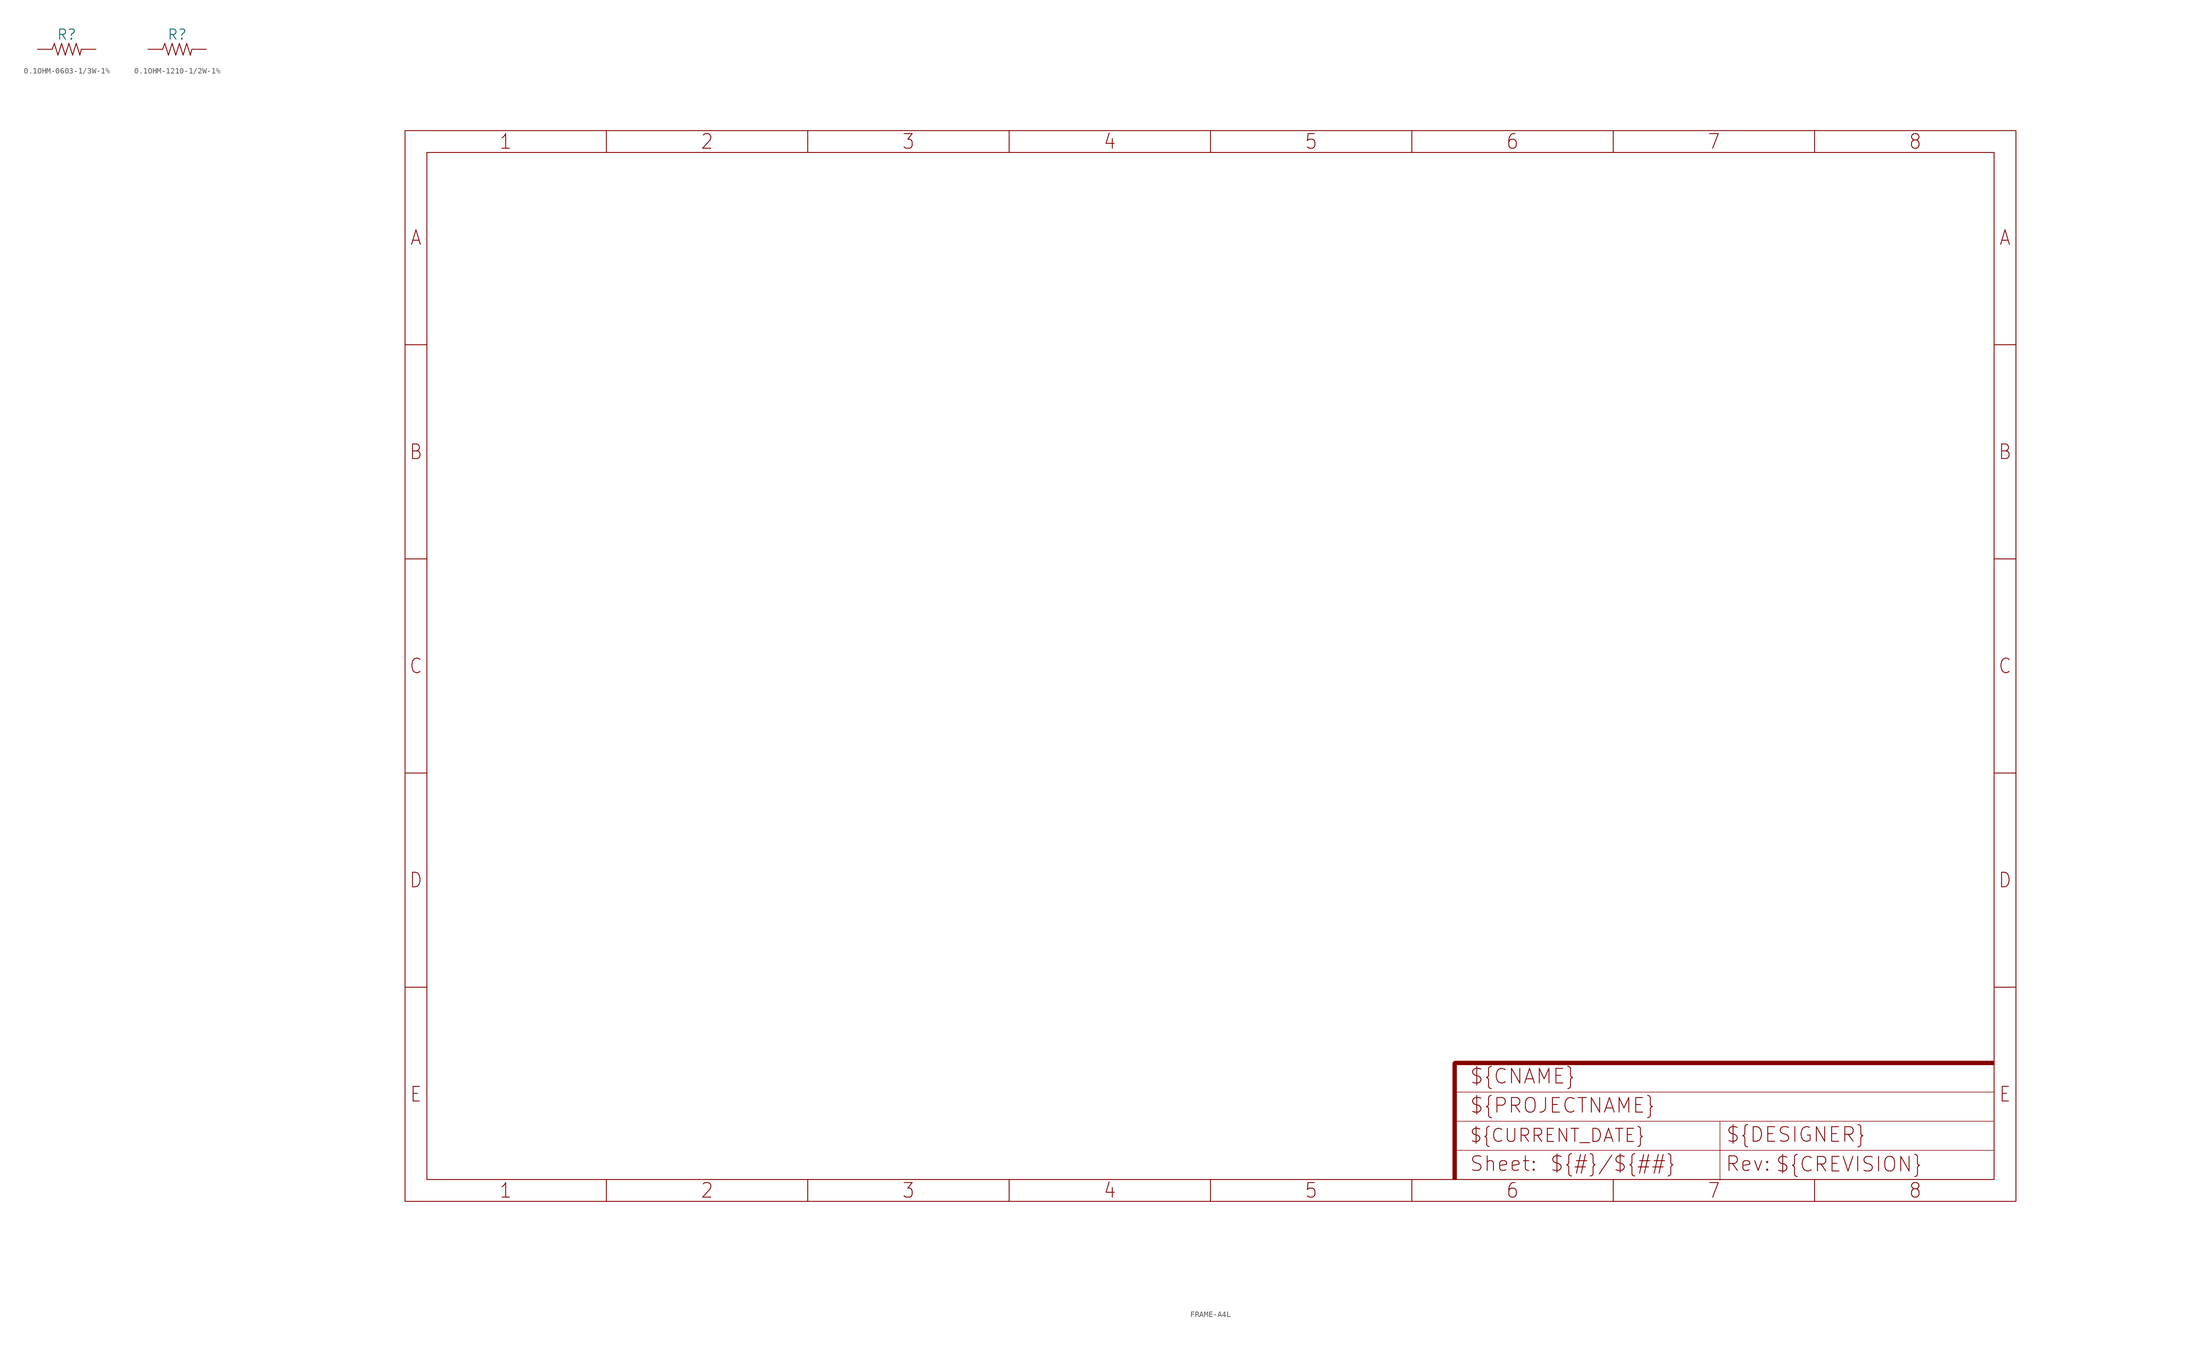
<source format=kicad_sym>
(kicad_symbol_lib
  (version 20231120)
  (generator "kicad_symbol_editor")
  (generator_version "8.0")
  (symbol "0.1OHM-0603-1/3W-1%"
    (property "Reference" "R"
      (at 0 1.524 0)
      (effects (font (size 1.778 1.778)) (justify bottom)))
    (property "Value" ""
      (at 0 -1.524 0)
      (effects (font (size 1.778 1.778)) (justify top)))
    (property "ki_locked" ""
      (at 0 0 0)
      (effects (font (size 1.27 1.27))))
    (symbol "0.1OHM-0603-1/3W-1%_1_0"
      (polyline (pts (xy -2.54 0) (xy -2.159 1.016)) (stroke (width 0.152) (type solid)) (fill (type none)))
      (polyline (pts (xy -2.159 1.016) (xy -1.524 -1.016)) (stroke (width 0.152) (type solid)) (fill (type none)))
      (polyline (pts (xy -1.524 -1.016) (xy -0.889 1.016)) (stroke (width 0.152) (type solid)) (fill (type none)))
      (polyline (pts (xy -0.889 1.016) (xy -0.254 -1.016)) (stroke (width 0.152) (type solid)) (fill (type none)))
      (polyline (pts (xy -0.254 -1.016) (xy 0.381 1.016)) (stroke (width 0.152) (type solid)) (fill (type none)))
      (polyline (pts (xy 0.381 1.016) (xy 1.016 -1.016)) (stroke (width 0.152) (type solid)) (fill (type none)))
      (polyline (pts (xy 1.016 -1.016) (xy 1.651 1.016)) (stroke (width 0.152) (type solid)) (fill (type none)))
      (polyline (pts (xy 1.651 1.016) (xy 2.286 -1.016)) (stroke (width 0.152) (type solid)) (fill (type none)))
      (polyline (pts (xy 2.286 -1.016) (xy 2.54 0)) (stroke (width 0.152) (type solid)) (fill (type none)))
      (pin passive line (at -5.08 0 0) (length 2.54) (name "1" (effects (font (size 0 0)))) (number "1" (effects (font (size 0 0)))))
      (pin passive line (at 5.08 0 180) (length 2.54) (name "2" (effects (font (size 0 0)))) (number "2" (effects (font (size 0 0)))))))
  (symbol "0.1OHM-1210-1/2W-1%"
    (property "Reference" "R"
      (at 0 1.524 0)
      (effects (font (size 1.778 1.778)) (justify bottom)))
    (property "Value" ""
      (at 0 -1.524 0)
      (effects (font (size 1.778 1.778)) (justify top)))
    (property "ki_locked" ""
      (at 0 0 0)
      (effects (font (size 1.27 1.27))))
    (symbol "0.1OHM-1210-1/2W-1%_1_0"
      (polyline (pts (xy -2.54 0) (xy -2.159 1.016)) (stroke (width 0.152) (type solid)) (fill (type none)))
      (polyline (pts (xy -2.159 1.016) (xy -1.524 -1.016)) (stroke (width 0.152) (type solid)) (fill (type none)))
      (polyline (pts (xy -1.524 -1.016) (xy -0.889 1.016)) (stroke (width 0.152) (type solid)) (fill (type none)))
      (polyline (pts (xy -0.889 1.016) (xy -0.254 -1.016)) (stroke (width 0.152) (type solid)) (fill (type none)))
      (polyline (pts (xy -0.254 -1.016) (xy 0.381 1.016)) (stroke (width 0.152) (type solid)) (fill (type none)))
      (polyline (pts (xy 0.381 1.016) (xy 1.016 -1.016)) (stroke (width 0.152) (type solid)) (fill (type none)))
      (polyline (pts (xy 1.016 -1.016) (xy 1.651 1.016)) (stroke (width 0.152) (type solid)) (fill (type none)))
      (polyline (pts (xy 1.651 1.016) (xy 2.286 -1.016)) (stroke (width 0.152) (type solid)) (fill (type none)))
      (polyline (pts (xy 2.286 -1.016) (xy 2.54 0)) (stroke (width 0.152) (type solid)) (fill (type none)))
      (pin passive line (at -5.08 0 0) (length 2.54) (name "1" (effects (font (size 0 0)))) (number "1" (effects (font (size 0 0)))))
      (pin passive line (at 5.08 0 180) (length 2.54) (name "2" (effects (font (size 0 0)))) (number "2" (effects (font (size 0 0)))))))
  (symbol "FRAME-A4L"
    (property "Reference" "#FRAME"
      (at 0 0 0)
      (effects (font (size 1.27 1.27)) (hide yes)))
    (property "ki_locked" ""
      (at 0 0 0)
      (effects (font (size 1.27 1.27))))
    (symbol "FRAME-A4L_1_0"
      (polyline (pts (xy -3.81 33.528) (xy 0 33.528)) (stroke (width 0) (type default)) (fill (type none)))
      (polyline (pts (xy -3.81 70.866) (xy 0 70.866)) (stroke (width 0) (type default)) (fill (type none)))
      (polyline (pts (xy -3.81 108.204) (xy 0 108.204)) (stroke (width 0) (type default)) (fill (type none)))
      (polyline (pts (xy -3.81 145.542) (xy 0 145.542)) (stroke (width 0) (type default)) (fill (type none)))
      (polyline (pts (xy 0 0) (xy 0 179.07)) (stroke (width 0) (type default)) (fill (type none)))
      (polyline (pts (xy 31.274 -3.81) (xy 31.274 0)) (stroke (width 0) (type default)) (fill (type none)))
      (polyline (pts (xy 31.274 179.07) (xy 31.274 182.88)) (stroke (width 0) (type default)) (fill (type none)))
      (polyline (pts (xy 66.358 -3.81) (xy 66.358 0)) (stroke (width 0) (type default)) (fill (type none)))
      (polyline (pts (xy 66.358 179.07) (xy 66.358 182.88)) (stroke (width 0) (type default)) (fill (type none)))
      (polyline (pts (xy 101.441 -3.81) (xy 101.441 0)) (stroke (width 0) (type default)) (fill (type none)))
      (polyline (pts (xy 101.441 179.07) (xy 101.441 182.88)) (stroke (width 0) (type default)) (fill (type none)))
      (polyline (pts (xy 136.525 -3.81) (xy 136.525 0)) (stroke (width 0) (type default)) (fill (type none)))
      (polyline (pts (xy 136.525 179.07) (xy 136.525 182.88)) (stroke (width 0) (type default)) (fill (type none)))
      (polyline (pts (xy 171.609 -3.81) (xy 171.609 0)) (stroke (width 0) (type default)) (fill (type none)))
      (polyline (pts (xy 171.609 179.07) (xy 171.609 182.88)) (stroke (width 0) (type default)) (fill (type none)))
      (polyline (pts (xy 179.07 10.16) (xy 225.29 10.16)) (stroke (width 0.102) (type solid)) (fill (type none)))
      (polyline (pts (xy 179.07 15.24) (xy 273.05 15.24)) (stroke (width 0.102) (type solid)) (fill (type none)))
      (polyline (pts (xy 179.07 19.05) (xy 179.07 20.32)) (stroke (width 0.61) (type solid)) (fill (type none)))
      (polyline (pts (xy 179.07 20.32) (xy 180.34 20.32)) (stroke (width 0.61) (type solid)) (fill (type none)))
      (polyline (pts (xy 206.692 -3.81) (xy 206.692 0)) (stroke (width 0) (type default)) (fill (type none)))
      (polyline (pts (xy 206.692 179.07) (xy 206.692 182.88)) (stroke (width 0) (type default)) (fill (type none)))
      (polyline (pts (xy 225.29 -0.1) (xy 225.29 5.08)) (stroke (width 0.102) (type solid)) (fill (type none)))
      (polyline (pts (xy 225.29 5.08) (xy 179.07 5.08)) (stroke (width 0.102) (type solid)) (fill (type none)))
      (polyline (pts (xy 225.29 5.08) (xy 225.29 10.16)) (stroke (width 0.102) (type solid)) (fill (type none)))
      (polyline (pts (xy 225.29 5.08) (xy 273.05 5.08)) (stroke (width 0.102) (type solid)) (fill (type none)))
      (polyline (pts (xy 225.29 10.16) (xy 273.05 10.16)) (stroke (width 0.102) (type solid)) (fill (type none)))
      (polyline (pts (xy 241.776 -3.81) (xy 241.776 0)) (stroke (width 0) (type default)) (fill (type none)))
      (polyline (pts (xy 241.776 179.07) (xy 241.776 182.88)) (stroke (width 0) (type default)) (fill (type none)))
      (polyline (pts (xy 273.05 0) (xy 0 0)) (stroke (width 0) (type default)) (fill (type none)))
      (polyline (pts (xy 273.05 0) (xy 273.05 179.07)) (stroke (width 0) (type default)) (fill (type none)))
      (polyline (pts (xy 273.05 33.528) (xy 276.86 33.528)) (stroke (width 0) (type default)) (fill (type none)))
      (polyline (pts (xy 273.05 70.866) (xy 276.86 70.866)) (stroke (width 0) (type default)) (fill (type none)))
      (polyline (pts (xy 273.05 108.204) (xy 276.86 108.204)) (stroke (width 0) (type default)) (fill (type none)))
      (polyline (pts (xy 273.05 145.542) (xy 276.86 145.542)) (stroke (width 0) (type default)) (fill (type none)))
      (polyline (pts (xy 273.05 179.07) (xy 0 179.07)) (stroke (width 0) (type default)) (fill (type none)))
      (polyline (pts (xy -3.81 -3.81) (xy 276.86 -3.81) (xy 276.86 182.88) (xy -3.81 182.88) (xy -3.81 -3.81)) (stroke (width 0) (type default)) (fill (type none)))
      (rectangle (start 178.765 0) (end 179.375 20.32) (stroke (width 0) (type default)) (fill (type outline)))
      (rectangle (start 179.07 20.625) (end 273.05 20.015) (stroke (width 0) (type default)) (fill (type outline)))
      (text "${#}/${##}" (at 195.58 1.27 0) (effects (font (size 2.54 2.54)) (justify left bottom)))
      (text "${CNAME}" (at 181.61 16.51 0) (effects (font (size 2.54 2.54)) (justify left bottom)))
      (text "${CREVISION}" (at 234.92 1.17 0) (effects (font (size 2.54 2.54)) (justify left bottom)))
      (text "${CURRENT_DATE}" (at 181.61 6.35 0) (effects (font (size 2.286 2.286)) (justify left bottom)))
      (text "${DESIGNER}" (at 226.26 6.35 0) (effects (font (size 2.54 2.54)) (justify left bottom)))
      (text "${PROJECTNAME}" (at 181.61 11.43 0) (effects (font (size 2.54 2.54)) (justify left bottom)))
      (text "1" (at 13.732 -1.905 0) (effects (font (size 2.54 2.286))))
      (text "1" (at 13.732 180.975 0) (effects (font (size 2.54 2.286))))
      (text "2" (at 48.816 -1.905 0) (effects (font (size 2.54 2.286))))
      (text "2" (at 48.816 180.975 0) (effects (font (size 2.54 2.286))))
      (text "3" (at 83.899 -1.905 0) (effects (font (size 2.54 2.286))))
      (text "3" (at 83.899 180.975 0) (effects (font (size 2.54 2.286))))
      (text "4" (at 118.983 -1.905 0) (effects (font (size 2.54 2.286))))
      (text "4" (at 118.983 180.975 0) (effects (font (size 2.54 2.286))))
      (text "5" (at 154.067 -1.905 0) (effects (font (size 2.54 2.286))))
      (text "5" (at 154.067 180.975 0) (effects (font (size 2.54 2.286))))
      (text "6" (at 189.151 -1.905 0) (effects (font (size 2.54 2.286))))
      (text "6" (at 189.151 180.975 0) (effects (font (size 2.54 2.286))))
      (text "7" (at 224.234 -1.905 0) (effects (font (size 2.54 2.286))))
      (text "7" (at 224.234 180.975 0) (effects (font (size 2.54 2.286))))
      (text "8" (at 259.318 -1.905 0) (effects (font (size 2.54 2.286))))
      (text "8" (at 259.318 180.975 0) (effects (font (size 2.54 2.286))))
      (text "A" (at -1.905 164.211 0) (effects (font (size 2.54 2.286))))
      (text "A" (at 274.955 164.211 0) (effects (font (size 2.54 2.286))))
      (text "B" (at -1.905 126.873 0) (effects (font (size 2.54 2.286))))
      (text "B" (at 274.955 126.873 0) (effects (font (size 2.54 2.286))))
      (text "C" (at -1.905 89.535 0) (effects (font (size 2.54 2.286))))
      (text "C" (at 274.955 89.535 0) (effects (font (size 2.54 2.286))))
      (text "D" (at -1.905 52.197 0) (effects (font (size 2.54 2.286))))
      (text "D" (at 274.955 52.197 0) (effects (font (size 2.54 2.286))))
      (text "E" (at -1.905 14.859 0) (effects (font (size 2.54 2.286))))
      (text "E" (at 274.955 14.859 0) (effects (font (size 2.54 2.286))))
      (text "Rev:" (at 226.16 1.27 0) (effects (font (size 2.54 2.54)) (justify left bottom)))
      (text "Sheet:" (at 181.61 1.27 0) (effects (font (size 2.54 2.54)) (justify left bottom))))))
</source>
